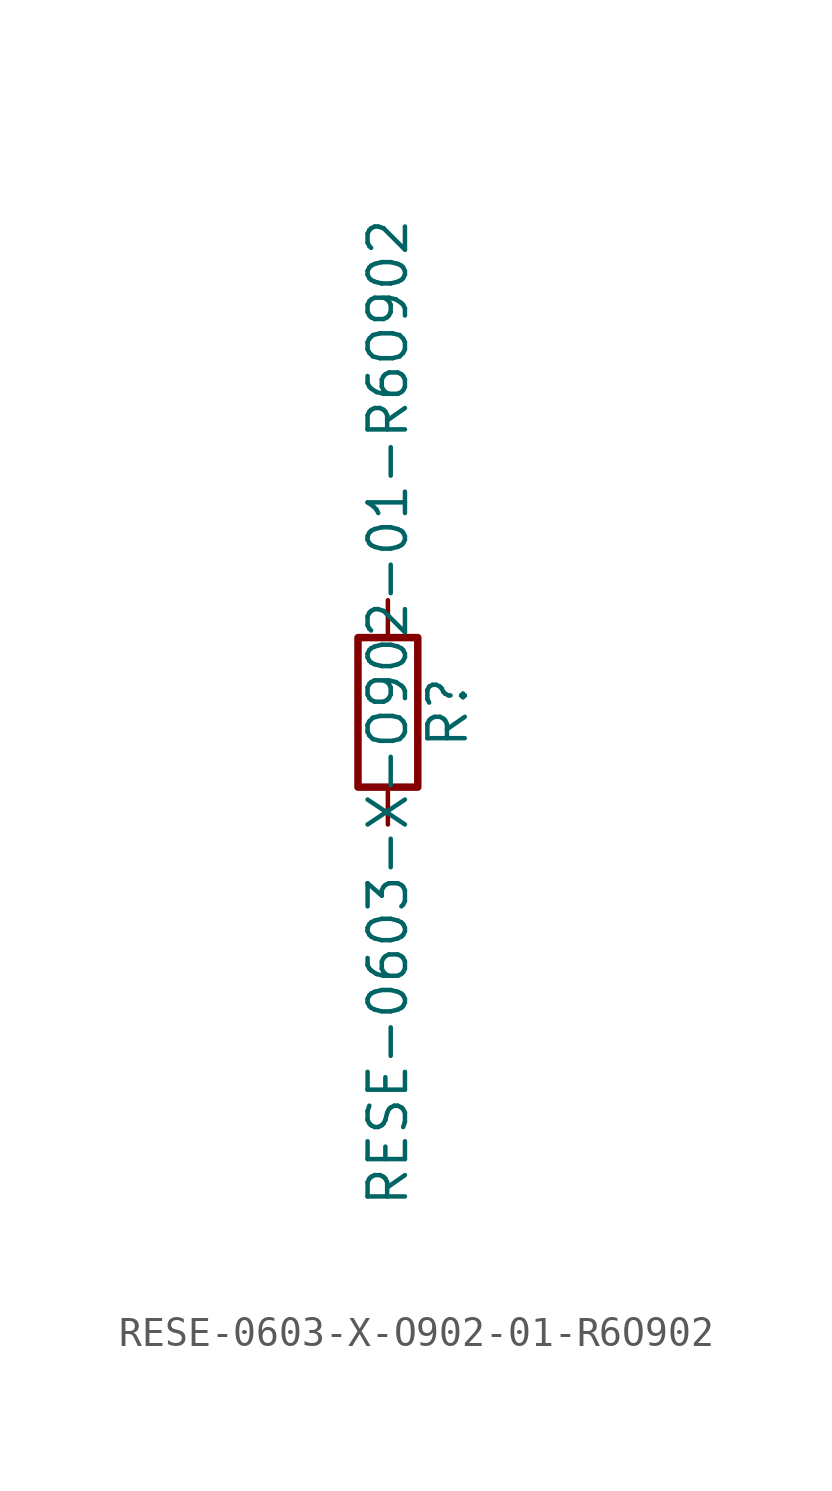
<source format=kicad_sym>
(kicad_symbol_lib
  (version 20211014)
  (generator kicad_symbol_editor)
  (symbol "RESE-0603-X-O902-01-R6O902"
    (pin_numbers hide)
    (pin_names
      (offset 0))
    (property "Reference" "R"
      (at 2.032 0 90)
      (effects (font (size 1.27 1.27))))
    (property "Value" "RESE-0603-X-O902-01-R6O902"
      (at 0 0 90)
      (effects (font (size 1.27 1.27))))
    (symbol "RESE-0603-X-O902-01-R6O902_0_1"
      (rectangle (start -1.016 -2.54) (end 1.016 2.54) (stroke (width 0.254) (type default) (color 0 0 0 0)) (fill (type none))))
    (symbol "RESE-0603-X-O902-01-R6O902_1_1"
      (pin passive line (at 0 3.81 270) (length 1.27) (name "~" (effects (font (size 1.27 1.27)))) (number "1" (effects (font (size 1.27 1.27)))))
      (pin passive line (at 0 -3.81 90) (length 1.27) (name "~" (effects (font (size 1.27 1.27)))) (number "2" (effects (font (size 1.27 1.27))))))))
</source>
